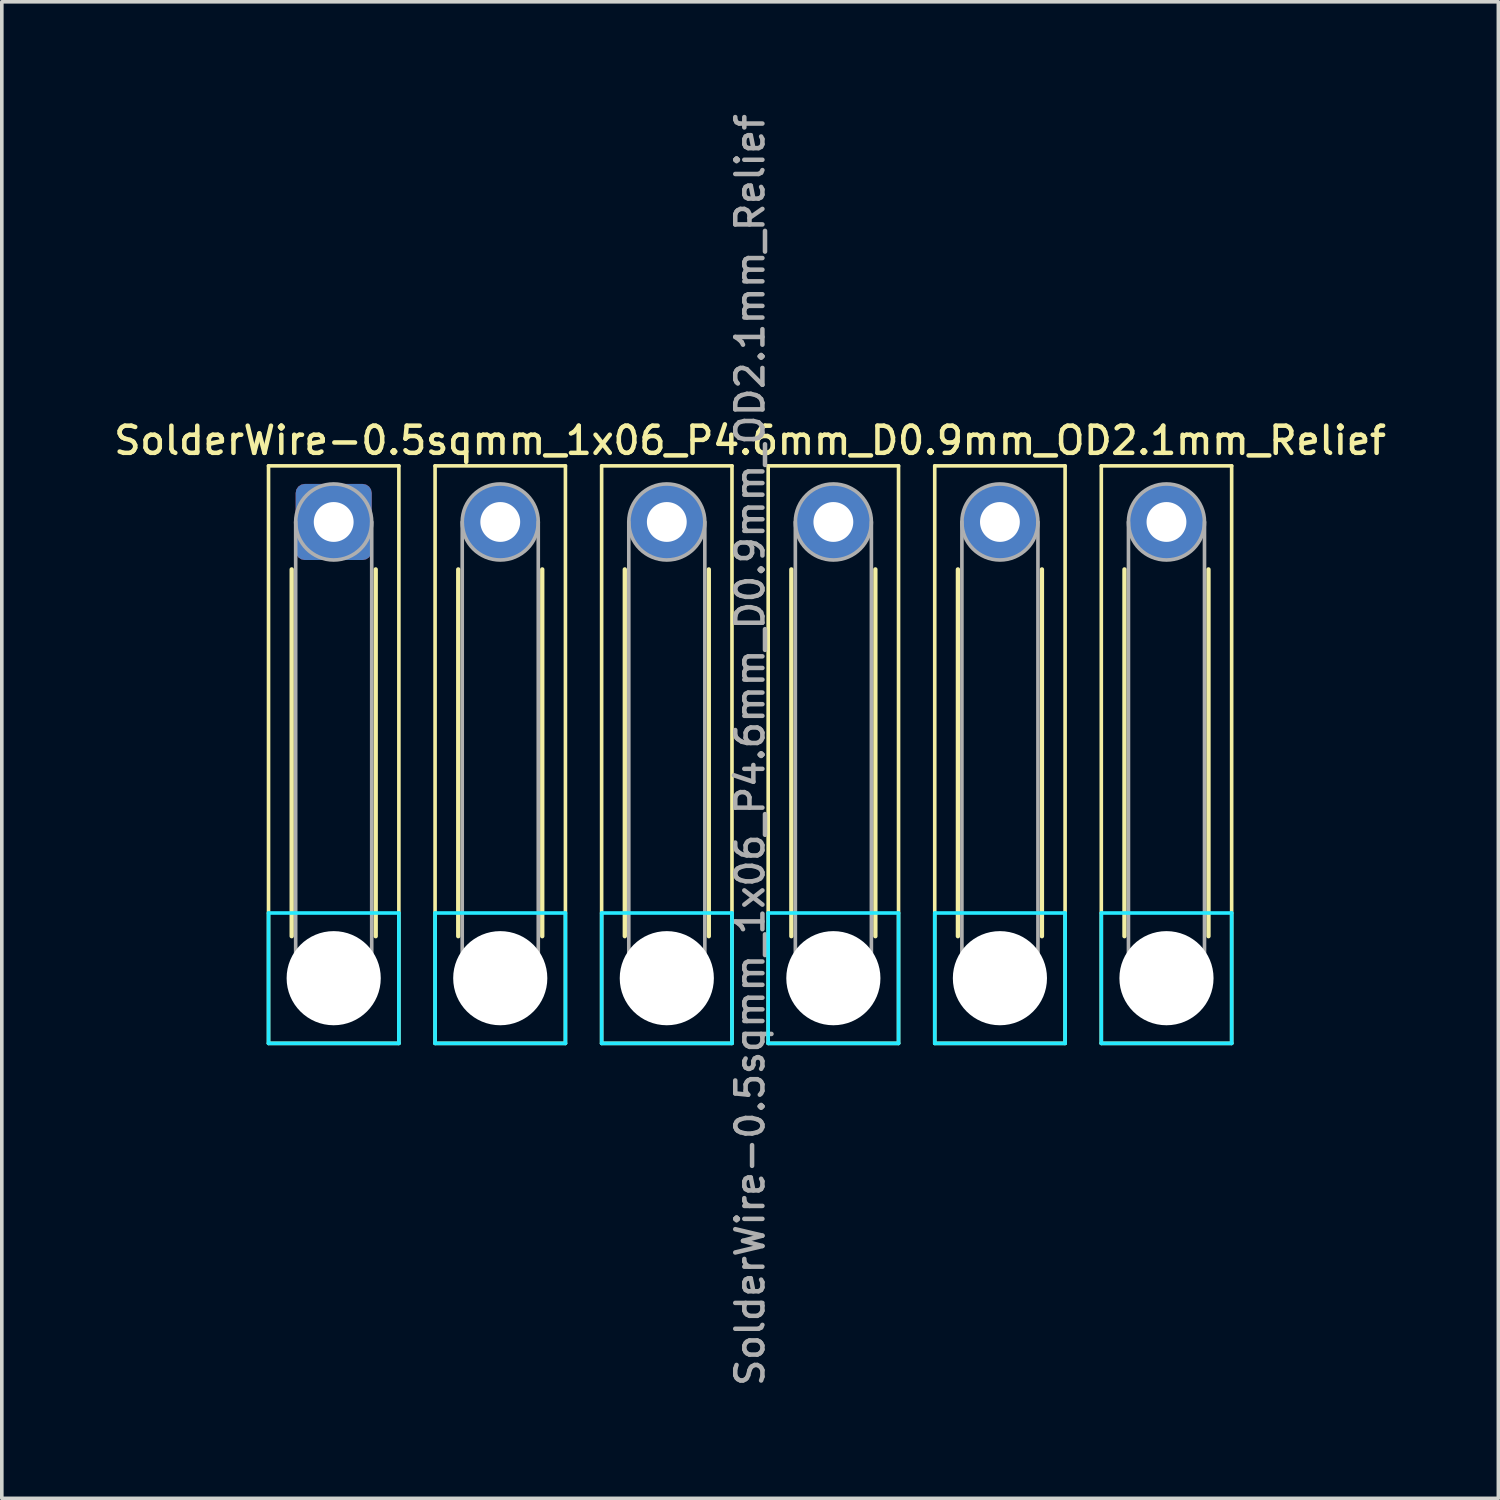
<source format=kicad_pcb>
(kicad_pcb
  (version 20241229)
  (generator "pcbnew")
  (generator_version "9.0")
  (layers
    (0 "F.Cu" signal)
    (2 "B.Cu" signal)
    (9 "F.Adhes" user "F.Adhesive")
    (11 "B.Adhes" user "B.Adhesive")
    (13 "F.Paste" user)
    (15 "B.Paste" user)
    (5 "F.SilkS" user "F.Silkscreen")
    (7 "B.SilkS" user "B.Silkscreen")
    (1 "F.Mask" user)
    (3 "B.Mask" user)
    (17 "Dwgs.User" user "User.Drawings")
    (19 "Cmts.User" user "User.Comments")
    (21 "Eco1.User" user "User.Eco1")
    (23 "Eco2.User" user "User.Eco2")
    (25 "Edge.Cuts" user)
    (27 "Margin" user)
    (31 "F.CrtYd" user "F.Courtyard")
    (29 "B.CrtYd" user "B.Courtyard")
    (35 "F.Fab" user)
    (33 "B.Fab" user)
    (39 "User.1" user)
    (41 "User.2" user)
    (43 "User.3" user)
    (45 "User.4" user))
  (footprint "SolderWire-0.5sqmm_1x06_P4.6mm_D0.9mm_OD2.1mm_Relief"
    (layer "F.Cu")
    (at 6.166 11.366)
    (property "Reference" "SolderWire-0.5sqmm_1x06_P4.6mm_D0.9mm_OD2.1mm_Relief" (at 11.5 -2.25 0) (layer "F.SilkS") (effects (font (size 0.75 0.75) (thickness 0.125))))
    (attr exclude_from_pos_files exclude_from_bom)
    (fp_line (start -1.8 -1.55) (end -1.8 14.4) (stroke (width 0.1) (type solid)) (layer "F.SilkS"))
    (fp_line (start -1.8 14.4) (end 1.8 14.4) (stroke (width 0.1) (type solid)) (layer "F.SilkS"))
    (fp_line (start -1.16 1.31) (end -1.16 11.44) (stroke (width 0.12) (type solid)) (layer "F.SilkS"))
    (fp_line (start 1.16 1.31) (end 1.16 11.44) (stroke (width 0.12) (type solid)) (layer "F.SilkS"))
    (fp_line (start 1.8 -1.55) (end -1.8 -1.55) (stroke (width 0.1) (type solid)) (layer "F.SilkS"))
    (fp_line (start 1.8 14.4) (end 1.8 -1.55) (stroke (width 0.1) (type solid)) (layer "F.SilkS"))
    (fp_line (start 2.8 -1.55) (end 2.8 14.4) (stroke (width 0.1) (type solid)) (layer "F.SilkS"))
    (fp_line (start 2.8 14.4) (end 6.4 14.4) (stroke (width 0.1) (type solid)) (layer "F.SilkS"))
    (fp_line (start 3.44 1.31) (end 3.44 11.44) (stroke (width 0.12) (type solid)) (layer "F.SilkS"))
    (fp_line (start 5.76 1.31) (end 5.76 11.44) (stroke (width 0.12) (type solid)) (layer "F.SilkS"))
    (fp_line (start 6.4 -1.55) (end 2.8 -1.55) (stroke (width 0.1) (type solid)) (layer "F.SilkS"))
    (fp_line (start 6.4 14.4) (end 6.4 -1.55) (stroke (width 0.1) (type solid)) (layer "F.SilkS"))
    (fp_line (start 7.4 -1.55) (end 7.4 14.4) (stroke (width 0.1) (type solid)) (layer "F.SilkS"))
    (fp_line (start 7.4 14.4) (end 11 14.4) (stroke (width 0.1) (type solid)) (layer "F.SilkS"))
    (fp_line (start 8.04 1.31) (end 8.04 11.44) (stroke (width 0.12) (type solid)) (layer "F.SilkS"))
    (fp_line (start 10.36 1.31) (end 10.36 11.44) (stroke (width 0.12) (type solid)) (layer "F.SilkS"))
    (fp_line (start 11 -1.55) (end 7.4 -1.55) (stroke (width 0.1) (type solid)) (layer "F.SilkS"))
    (fp_line (start 11 14.4) (end 11 -1.55) (stroke (width 0.1) (type solid)) (layer "F.SilkS"))
    (fp_line (start 12 -1.55) (end 12 14.4) (stroke (width 0.1) (type solid)) (layer "F.SilkS"))
    (fp_line (start 12 14.4) (end 15.6 14.4) (stroke (width 0.1) (type solid)) (layer "F.SilkS"))
    (fp_line (start 12.64 1.31) (end 12.64 11.44) (stroke (width 0.12) (type solid)) (layer "F.SilkS"))
    (fp_line (start 14.96 1.31) (end 14.96 11.44) (stroke (width 0.12) (type solid)) (layer "F.SilkS"))
    (fp_line (start 15.6 -1.55) (end 12 -1.55) (stroke (width 0.1) (type solid)) (layer "F.SilkS"))
    (fp_line (start 15.6 14.4) (end 15.6 -1.55) (stroke (width 0.1) (type solid)) (layer "F.SilkS"))
    (fp_line (start 16.6 -1.55) (end 16.6 14.4) (stroke (width 0.1) (type solid)) (layer "F.SilkS"))
    (fp_line (start 16.6 14.4) (end 20.2 14.4) (stroke (width 0.1) (type solid)) (layer "F.SilkS"))
    (fp_line (start 17.24 1.31) (end 17.24 11.44) (stroke (width 0.12) (type solid)) (layer "F.SilkS"))
    (fp_line (start 19.56 1.31) (end 19.56 11.44) (stroke (width 0.12) (type solid)) (layer "F.SilkS"))
    (fp_line (start 20.2 -1.55) (end 16.6 -1.55) (stroke (width 0.1) (type solid)) (layer "F.SilkS"))
    (fp_line (start 20.2 14.4) (end 20.2 -1.55) (stroke (width 0.1) (type solid)) (layer "F.SilkS"))
    (fp_line (start 21.2 -1.55) (end 21.2 14.4) (stroke (width 0.1) (type solid)) (layer "F.SilkS"))
    (fp_line (start 21.2 14.4) (end 24.8 14.4) (stroke (width 0.1) (type solid)) (layer "F.SilkS"))
    (fp_line (start 21.84 1.31) (end 21.84 11.44) (stroke (width 0.12) (type solid)) (layer "F.SilkS"))
    (fp_line (start 24.16 1.31) (end 24.16 11.44) (stroke (width 0.12) (type solid)) (layer "F.SilkS"))
    (fp_line (start 24.8 -1.55) (end 21.2 -1.55) (stroke (width 0.1) (type solid)) (layer "F.SilkS"))
    (fp_line (start 24.8 14.4) (end 24.8 -1.55) (stroke (width 0.1) (type solid)) (layer "F.SilkS"))
    (fp_line (start -1.8 10.8) (end -1.8 14.4) (stroke (width 0.1) (type solid)) (layer "B.CrtYd"))
    (fp_line (start -1.8 14.4) (end 1.8 14.4) (stroke (width 0.1) (type solid)) (layer "B.CrtYd"))
    (fp_line (start 1.8 10.8) (end -1.8 10.8) (stroke (width 0.1) (type solid)) (layer "B.CrtYd"))
    (fp_line (start 1.8 14.4) (end 1.8 10.8) (stroke (width 0.1) (type solid)) (layer "B.CrtYd"))
    (fp_line (start 2.8 10.8) (end 2.8 14.4) (stroke (width 0.1) (type solid)) (layer "B.CrtYd"))
    (fp_line (start 2.8 14.4) (end 6.4 14.4) (stroke (width 0.1) (type solid)) (layer "B.CrtYd"))
    (fp_line (start 6.4 10.8) (end 2.8 10.8) (stroke (width 0.1) (type solid)) (layer "B.CrtYd"))
    (fp_line (start 6.4 14.4) (end 6.4 10.8) (stroke (width 0.1) (type solid)) (layer "B.CrtYd"))
    (fp_line (start 7.4 10.8) (end 7.4 14.4) (stroke (width 0.1) (type solid)) (layer "B.CrtYd"))
    (fp_line (start 7.4 14.4) (end 11 14.4) (stroke (width 0.1) (type solid)) (layer "B.CrtYd"))
    (fp_line (start 11 10.8) (end 7.4 10.8) (stroke (width 0.1) (type solid)) (layer "B.CrtYd"))
    (fp_line (start 11 14.4) (end 11 10.8) (stroke (width 0.1) (type solid)) (layer "B.CrtYd"))
    (fp_line (start 12 10.8) (end 12 14.4) (stroke (width 0.1) (type solid)) (layer "B.CrtYd"))
    (fp_line (start 12 14.4) (end 15.6 14.4) (stroke (width 0.1) (type solid)) (layer "B.CrtYd"))
    (fp_line (start 15.6 10.8) (end 12 10.8) (stroke (width 0.1) (type solid)) (layer "B.CrtYd"))
    (fp_line (start 15.6 14.4) (end 15.6 10.8) (stroke (width 0.1) (type solid)) (layer "B.CrtYd"))
    (fp_line (start 16.6 10.8) (end 16.6 14.4) (stroke (width 0.1) (type solid)) (layer "B.CrtYd"))
    (fp_line (start 16.6 14.4) (end 20.2 14.4) (stroke (width 0.1) (type solid)) (layer "B.CrtYd"))
    (fp_line (start 20.2 10.8) (end 16.6 10.8) (stroke (width 0.1) (type solid)) (layer "B.CrtYd"))
    (fp_line (start 20.2 14.4) (end 20.2 10.8) (stroke (width 0.1) (type solid)) (layer "B.CrtYd"))
    (fp_line (start 21.2 10.8) (end 21.2 14.4) (stroke (width 0.1) (type solid)) (layer "B.CrtYd"))
    (fp_line (start 21.2 14.4) (end 24.8 14.4) (stroke (width 0.1) (type solid)) (layer "B.CrtYd"))
    (fp_line (start 24.8 10.8) (end 21.2 10.8) (stroke (width 0.1) (type solid)) (layer "B.CrtYd"))
    (fp_line (start 24.8 14.4) (end 24.8 10.8) (stroke (width 0.1) (type solid)) (layer "B.CrtYd"))
    (fp_line (start -1.05 0) (end -1.05 12.6) (stroke (width 0.1) (type solid)) (layer "F.Fab"))
    (fp_line (start 1.05 0) (end 1.05 12.6) (stroke (width 0.1) (type solid)) (layer "F.Fab"))
    (fp_line (start 3.55 0) (end 3.55 12.6) (stroke (width 0.1) (type solid)) (layer "F.Fab"))
    (fp_line (start 5.65 0) (end 5.65 12.6) (stroke (width 0.1) (type solid)) (layer "F.Fab"))
    (fp_line (start 8.15 0) (end 8.15 12.6) (stroke (width 0.1) (type solid)) (layer "F.Fab"))
    (fp_line (start 10.25 0) (end 10.25 12.6) (stroke (width 0.1) (type solid)) (layer "F.Fab"))
    (fp_line (start 12.75 0) (end 12.75 12.6) (stroke (width 0.1) (type solid)) (layer "F.Fab"))
    (fp_line (start 14.85 0) (end 14.85 12.6) (stroke (width 0.1) (type solid)) (layer "F.Fab"))
    (fp_line (start 17.35 0) (end 17.35 12.6) (stroke (width 0.1) (type solid)) (layer "F.Fab"))
    (fp_line (start 19.45 0) (end 19.45 12.6) (stroke (width 0.1) (type solid)) (layer "F.Fab"))
    (fp_line (start 21.95 0) (end 21.95 12.6) (stroke (width 0.1) (type solid)) (layer "F.Fab"))
    (fp_line (start 24.05 0) (end 24.05 12.6) (stroke (width 0.1) (type solid)) (layer "F.Fab"))
    (fp_circle (center 0 0) (end 1.05 0) (stroke (width 0.1) (type solid)) (fill no) (layer "F.Fab"))
    (fp_circle (center 0 12.6) (end 1.05 12.6) (stroke (width 0.1) (type solid)) (fill no) (layer "F.Fab"))
    (fp_circle (center 4.6 0) (end 5.65 0) (stroke (width 0.1) (type solid)) (fill no) (layer "F.Fab"))
    (fp_circle (center 4.6 12.6) (end 5.65 12.6) (stroke (width 0.1) (type solid)) (fill no) (layer "F.Fab"))
    (fp_circle (center 9.2 0) (end 10.25 0) (stroke (width 0.1) (type solid)) (fill no) (layer "F.Fab"))
    (fp_circle (center 9.2 12.6) (end 10.25 12.6) (stroke (width 0.1) (type solid)) (fill no) (layer "F.Fab"))
    (fp_circle (center 13.8 0) (end 14.85 0) (stroke (width 0.1) (type solid)) (fill no) (layer "F.Fab"))
    (fp_circle (center 13.8 12.6) (end 14.85 12.6) (stroke (width 0.1) (type solid)) (fill no) (layer "F.Fab"))
    (fp_circle (center 18.4 0) (end 19.45 0) (stroke (width 0.1) (type solid)) (fill no) (layer "F.Fab"))
    (fp_circle (center 18.4 12.6) (end 19.45 12.6) (stroke (width 0.1) (type solid)) (fill no) (layer "F.Fab"))
    (fp_circle (center 23 0) (end 24.05 0) (stroke (width 0.1) (type solid)) (fill no) (layer "F.Fab"))
    (fp_circle (center 23 12.6) (end 24.05 12.6) (stroke (width 0.1) (type solid)) (fill no) (layer "F.Fab"))
    (fp_text user "${REFERENCE}" (at 11.5 6.3 90) (layer "F.Fab") (effects (font (size 0.75 0.75) (thickness 0.125))))
    (pad "" np_thru_hole circle (at 0 12.6) (size 2.6 2.6) (drill 2.6) (layers "*.Cu" "*.Mask"))
    (pad "" np_thru_hole circle (at 4.6 12.6) (size 2.6 2.6) (drill 2.6) (layers "*.Cu" "*.Mask"))
    (pad "" np_thru_hole circle (at 9.2 12.6) (size 2.6 2.6) (drill 2.6) (layers "*.Cu" "*.Mask"))
    (pad "" np_thru_hole circle (at 13.8 12.6) (size 2.6 2.6) (drill 2.6) (layers "*.Cu" "*.Mask"))
    (pad "" np_thru_hole circle (at 18.4 12.6) (size 2.6 2.6) (drill 2.6) (layers "*.Cu" "*.Mask"))
    (pad "" np_thru_hole circle (at 23 12.6) (size 2.6 2.6) (drill 2.6) (layers "*.Cu" "*.Mask"))
    (pad "1" thru_hole roundrect (at 0 0) (size 2.1 2.1) (drill 1.1) (layers "*.Cu" "*.Mask") (roundrect_rratio 0.119))
    (pad "2" thru_hole circle (at 4.6 0) (size 2.1 2.1) (drill 1.1) (layers "*.Cu" "*.Mask"))
    (pad "3" thru_hole circle (at 9.2 0) (size 2.1 2.1) (drill 1.1) (layers "*.Cu" "*.Mask"))
    (pad "4" thru_hole circle (at 13.8 0) (size 2.1 2.1) (drill 1.1) (layers "*.Cu" "*.Mask"))
    (pad "5" thru_hole circle (at 18.4 0) (size 2.1 2.1) (drill 1.1) (layers "*.Cu" "*.Mask"))
    (pad "6" thru_hole circle (at 23 0) (size 2.1 2.1) (drill 1.1) (layers "*.Cu" "*.Mask")))
  (gr_rect
    (start -3 -3)
    (end 38.332 38.332)
    (stroke (width 0.1) (type default))
    (fill no)
    (layer "Edge.Cuts")))
</source>
